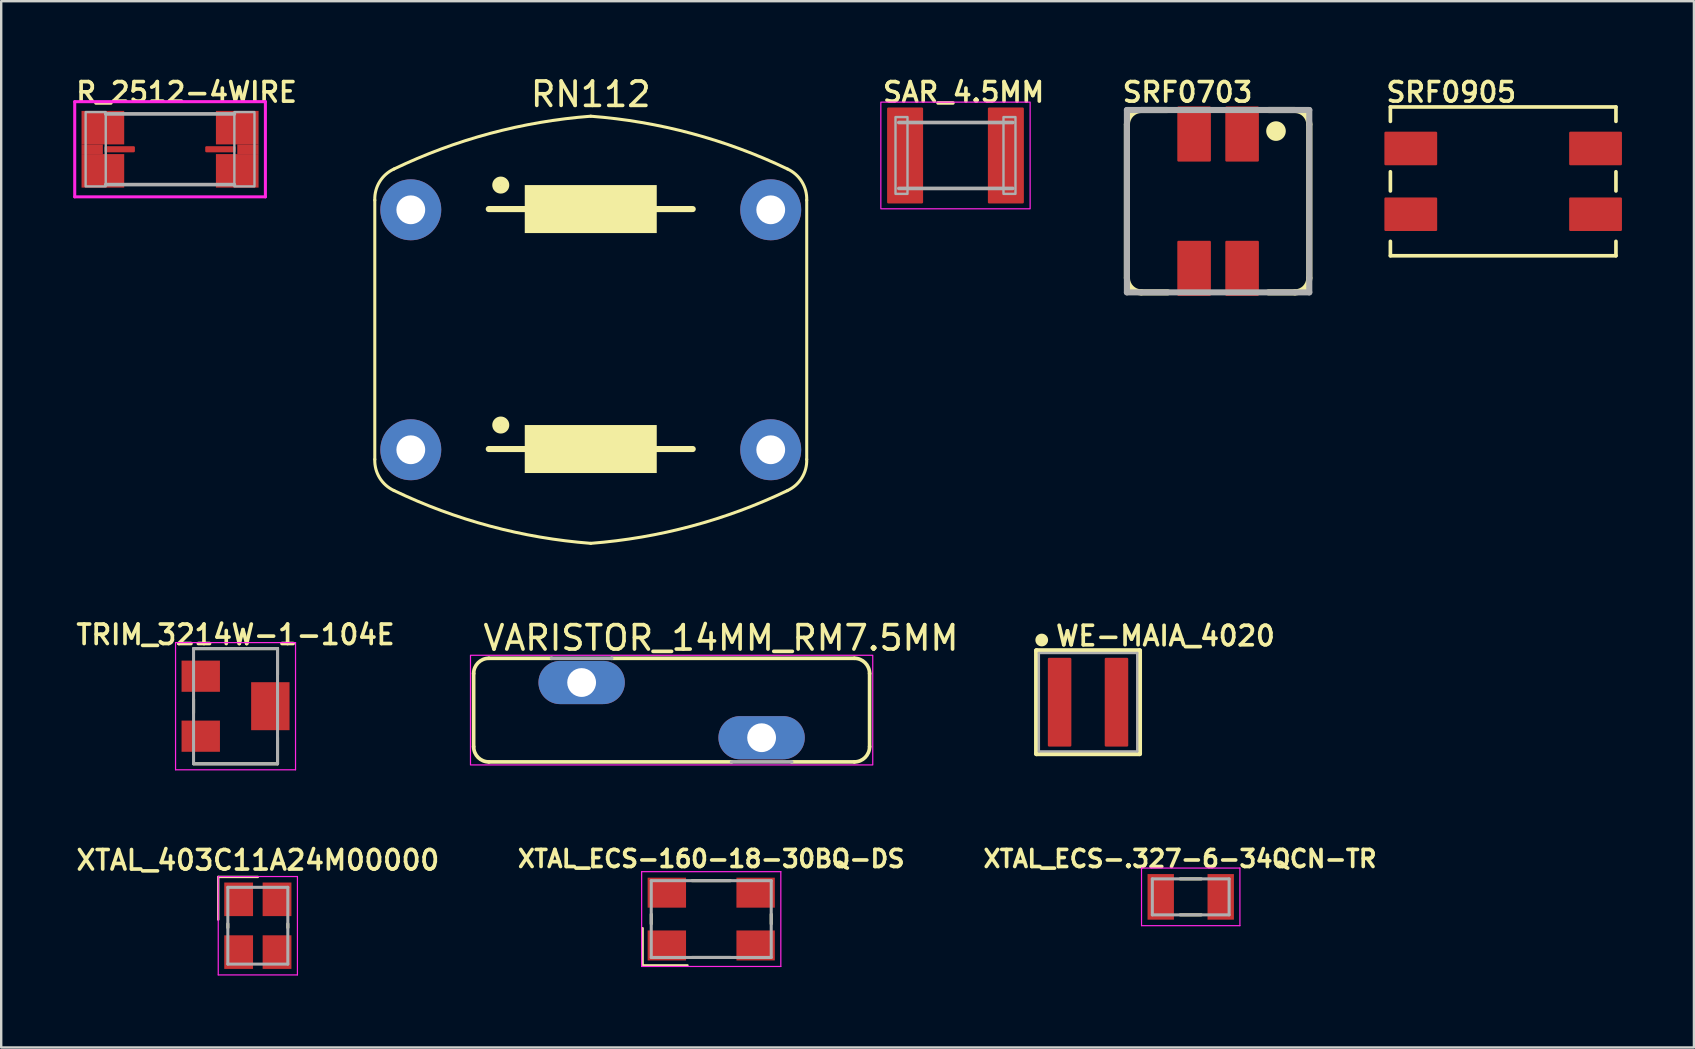
<source format=kicad_pcb>
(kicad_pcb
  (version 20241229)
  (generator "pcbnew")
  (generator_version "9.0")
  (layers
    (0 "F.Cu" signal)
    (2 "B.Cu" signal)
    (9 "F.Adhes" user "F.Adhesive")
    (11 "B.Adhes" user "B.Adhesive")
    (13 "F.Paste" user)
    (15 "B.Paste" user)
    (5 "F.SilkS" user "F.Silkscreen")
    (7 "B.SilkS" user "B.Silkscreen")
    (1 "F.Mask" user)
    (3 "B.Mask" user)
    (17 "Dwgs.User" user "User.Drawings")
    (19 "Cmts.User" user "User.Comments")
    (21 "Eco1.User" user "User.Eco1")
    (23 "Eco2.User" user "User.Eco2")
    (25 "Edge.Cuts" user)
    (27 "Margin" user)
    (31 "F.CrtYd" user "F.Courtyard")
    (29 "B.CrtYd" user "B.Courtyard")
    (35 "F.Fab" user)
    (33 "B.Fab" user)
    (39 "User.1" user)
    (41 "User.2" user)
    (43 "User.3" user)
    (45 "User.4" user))
  (footprint "XTAL_ECS-.327-6-34QCN-TR"
    (layer "F.Cu")
    (at 46.572 34.326)
    (property "Reference" "XTAL_ECS-.327-6-34QCN-TR" (at -0.445 -1.587 0) (layer "F.SilkS") (effects (font (size 0.711 0.711) (thickness 0.152) (bold yes))))
    (attr smd)
    (fp_line (start -0.44 -0.75) (end 0.44 -0.75) (stroke (width 0.127) (type solid)) (layer "F.SilkS"))
    (fp_line (start -0.44 0.75) (end 0.44 0.75) (stroke (width 0.127) (type solid)) (layer "F.SilkS"))
    (fp_line (start -2.05 -1.2) (end -2.05 1.2) (stroke (width 0.05) (type solid)) (layer "F.CrtYd"))
    (fp_line (start -2.05 1.2) (end 2.05 1.2) (stroke (width 0.05) (type solid)) (layer "F.CrtYd"))
    (fp_line (start 2.05 -1.2) (end -2.05 -1.2) (stroke (width 0.05) (type solid)) (layer "F.CrtYd"))
    (fp_line (start 2.05 1.2) (end 2.05 -1.2) (stroke (width 0.05) (type solid)) (layer "F.CrtYd"))
    (fp_line (start -1.6 -0.75) (end -1.6 0.75) (stroke (width 0.127) (type solid)) (layer "F.Fab"))
    (fp_line (start -1.6 0.75) (end 1.6 0.75) (stroke (width 0.127) (type solid)) (layer "F.Fab"))
    (fp_line (start 1.6 -0.75) (end -1.6 -0.75) (stroke (width 0.127) (type solid)) (layer "F.Fab"))
    (fp_line (start 1.6 0.75) (end 1.6 -0.75) (stroke (width 0.127) (type solid)) (layer "F.Fab"))
    (pad "1" smd rect (at -1.25 0) (size 1.1 1.9) (layers "F.Cu" "F.Mask" "F.Paste"))
    (pad "2" smd rect (at 1.25 0) (size 1.1 1.9) (layers "F.Cu" "F.Mask" "F.Paste")))
  (footprint "RN112"
    (layer "F.Cu")
    (at 21.569 10.693)
    (property "Reference" "RN112" (at 0 -9.22 180) (layer "F.SilkS") (effects (font (size 1.016 1.016) (thickness 0.152)) (justify bottom)))
    (attr through_hole)
    (fp_line (start -9 -5.4) (end -9 5.4) (stroke (width 0.127) (type solid)) (layer "F.SilkS"))
    (fp_line (start -4.25 -5.03) (end 4.25 -5.03) (stroke (width 0.254) (type solid)) (layer "F.SilkS"))
    (fp_line (start -4.25 4.97) (end 4.25 4.97) (stroke (width 0.254) (type solid)) (layer "F.SilkS"))
    (fp_line (start 9 -5.4) (end 9 5.4) (stroke (width 0.127) (type solid)) (layer "F.SilkS"))
    (fp_arc (start -9 -5.4) (mid -8.796804 -6.17111) (end -8.199999 -6.7) (stroke (width 0.127) (type solid)) (layer "F.SilkS"))
    (fp_arc (start -8.2 -6.7) (mid -4.202266 -8.181174) (end 0 -8.9) (stroke (width 0.127) (type solid)) (layer "F.SilkS"))
    (fp_arc (start -8.199998 6.7) (mid -8.796803 6.171111) (end -9 5.4) (stroke (width 0.127) (type solid)) (layer "F.SilkS"))
    (fp_arc (start 0 -8.9) (mid 4.202266 -8.181174) (end 8.2 -6.7) (stroke (width 0.127) (type solid)) (layer "F.SilkS"))
    (fp_arc (start 0 8.9) (mid -4.202266 8.181174) (end -8.2 6.7) (stroke (width 0.127) (type solid)) (layer "F.SilkS"))
    (fp_arc (start 8.199998 -6.7) (mid 8.796803 -6.171111) (end 9 -5.4) (stroke (width 0.127) (type solid)) (layer "F.SilkS"))
    (fp_arc (start 8.2 6.7) (mid 4.202266 8.181174) (end 0 8.9) (stroke (width 0.127) (type solid)) (layer "F.SilkS"))
    (fp_arc (start 9 5.4) (mid 8.796804 6.17111) (end 8.199999 6.7) (stroke (width 0.127) (type solid)) (layer "F.SilkS"))
    (fp_circle (center -3.75 -6.03) (end -3.57 -6.03) (stroke (width 0.35) (type solid)) (fill no) (layer "F.SilkS"))
    (fp_circle (center -3.75 3.97) (end -3.57 3.97) (stroke (width 0.35) (type solid)) (fill no) (layer "F.SilkS"))
    (fp_poly (pts (xy -2.75 -4.03) (xy 2.75 -4.03) (xy 2.75 -6.03) (xy -2.75 -6.03)) (stroke (width 0) (type default)) (fill yes) (layer "F.SilkS"))
    (fp_poly (pts (xy -2.75 5.97) (xy 2.75 5.97) (xy 2.75 3.97) (xy -2.75 3.97)) (stroke (width 0) (type default)) (fill yes) (layer "F.SilkS"))
    (pad "1" thru_hole circle (at -7.5 -5) (size 2.54 2.54) (drill 1.2) (layers "*.Cu" "*.Mask"))
    (pad "2" thru_hole circle (at 7.5 -5) (size 2.54 2.54) (drill 1.2) (layers "*.Cu" "*.Mask"))
    (pad "3" thru_hole circle (at -7.5 5) (size 2.54 2.54) (drill 1.2) (layers "*.Cu" "*.Mask"))
    (pad "4" thru_hole circle (at 7.5 5) (size 2.54 2.54) (drill 1.2) (layers "*.Cu" "*.Mask")))
  (footprint "SRF0905"
    (layer "F.Cu")
    (at 59.593 4.508)
    (property "Reference" "SRF0905" (at -4.953 -3.239 0) (layer "F.SilkS") (effects (font (size 0.813 0.813) (thickness 0.152) (bold yes)) (justify left bottom)))
    (attr smd)
    (fp_line (start -4.7 -3.1) (end 4.7 -3.1) (stroke (width 0.152) (type solid)) (layer "F.SilkS"))
    (fp_line (start -4.7 -2.5) (end -4.7 -3.1) (stroke (width 0.152) (type solid)) (layer "F.SilkS"))
    (fp_line (start -4.7 -0.4) (end -4.7 0.4) (stroke (width 0.152) (type solid)) (layer "F.SilkS"))
    (fp_line (start -4.7 2.5) (end -4.7 3.1) (stroke (width 0.152) (type solid)) (layer "F.SilkS"))
    (fp_line (start -4.7 3.1) (end 4.7 3.1) (stroke (width 0.152) (type solid)) (layer "F.SilkS"))
    (fp_line (start 4.7 -3.1) (end 4.7 -2.5) (stroke (width 0.152) (type solid)) (layer "F.SilkS"))
    (fp_line (start 4.7 -0.4) (end 4.7 0.4) (stroke (width 0.152) (type solid)) (layer "F.SilkS"))
    (fp_line (start 4.7 3.1) (end 4.7 2.5) (stroke (width 0.152) (type solid)) (layer "F.SilkS"))
    (pad "1" smd roundrect (at 3.85 1.37) (size 2.2 1.4) (layers "F.Cu" "F.Mask" "F.Paste") (roundrect_rratio 0.036))
    (pad "2" smd roundrect (at 3.85 -1.37) (size 2.2 1.4) (layers "F.Cu" "F.Mask" "F.Paste") (roundrect_rratio 0.036))
    (pad "3" smd roundrect (at -3.85 -1.37) (size 2.2 1.4) (layers "F.Cu" "F.Mask" "F.Paste") (roundrect_rratio 0.036))
    (pad "4" smd roundrect (at -3.85 1.37) (size 2.2 1.4) (layers "F.Cu" "F.Mask" "F.Paste") (roundrect_rratio 0.036)))
  (footprint "SRF0703"
    (layer "F.Cu")
    (at 47.713 5.334)
    (property "Reference" "SRF0703" (at -4.064 -4.064 180) (layer "F.SilkS") (effects (font (size 0.813 0.813) (thickness 0.152) (bold yes)) (justify left bottom)))
    (attr smd)
    (fp_line (start -3.8 -3.2) (end -3.8 3.2) (stroke (width 0.254) (type solid)) (layer "F.SilkS"))
    (fp_line (start -3.2 3.8) (end -2.1 3.8) (stroke (width 0.254) (type solid)) (layer "F.SilkS"))
    (fp_line (start -2.1 -3.8) (end -3.2 -3.8) (stroke (width 0.254) (type solid)) (layer "F.SilkS"))
    (fp_line (start 2.1 3.8) (end 3.2 3.8) (stroke (width 0.254) (type solid)) (layer "F.SilkS"))
    (fp_line (start 3.2 -3.8) (end 2.1 -3.8) (stroke (width 0.254) (type solid)) (layer "F.SilkS"))
    (fp_line (start 3.8 3.2) (end 3.8 -3.2) (stroke (width 0.254) (type solid)) (layer "F.SilkS"))
    (fp_arc (start -3.8 -3.2) (mid -3.624264 -3.624264) (end -3.2 -3.8) (stroke (width 0.254) (type solid)) (layer "F.SilkS"))
    (fp_arc (start -3.2 3.8) (mid -3.624264 3.624264) (end -3.8 3.2) (stroke (width 0.254) (type solid)) (layer "F.SilkS"))
    (fp_arc (start 3.2 -3.8) (mid 3.624264 -3.624264) (end 3.8 -3.2) (stroke (width 0.254) (type solid)) (layer "F.SilkS"))
    (fp_arc (start 3.8 3.2) (mid 3.624264 3.624264) (end 3.2 3.8) (stroke (width 0.254) (type solid)) (layer "F.SilkS"))
    (fp_circle (center 2.413 -2.921) (end 2.772 -2.921) (stroke (width 0.1) (type solid)) (fill yes) (layer "F.SilkS"))
    (fp_line (start -3.8 -3.8) (end 3.8 -3.8) (stroke (width 0.254) (type solid)) (layer "F.Fab"))
    (fp_line (start -3.8 3.8) (end -3.8 -3.8) (stroke (width 0.254) (type solid)) (layer "F.Fab"))
    (fp_line (start 3.8 3.8) (end -3.8 3.8) (stroke (width 0.254) (type solid)) (layer "F.Fab"))
    (fp_line (start 3.8 3.8) (end 3.8 -3.8) (stroke (width 0.254) (type solid)) (layer "F.Fab"))
    (pad "1" smd roundrect (at 1 -2.8 90) (size 2.3 1.4) (layers "F.Cu" "F.Mask" "F.Paste") (roundrect_rratio 0.036))
    (pad "2" smd roundrect (at -1 -2.8 90) (size 2.3 1.4) (layers "F.Cu" "F.Mask" "F.Paste") (roundrect_rratio 0.036))
    (pad "3" smd roundrect (at -1 2.8 90) (size 2.3 1.4) (layers "F.Cu" "F.Mask" "F.Paste") (roundrect_rratio 0.036))
    (pad "4" smd roundrect (at 1 2.8 90) (size 2.3 1.4) (layers "F.Cu" "F.Mask" "F.Paste") (roundrect_rratio 0.036)))
  (footprint "R_2512-4WIRE"
    (layer "F.Cu")
    (at 4.037 3.17)
    (property "Reference" "R_2512-4WIRE" (at -4 -1.9 0) (layer "F.SilkS") (effects (font (size 0.813 0.813) (thickness 0.152) (bold yes)) (justify left bottom)))
    (attr smd)
    (fp_line (start -3.973 -1.983) (end 3.973 -1.983) (stroke (width 0.127) (type solid)) (layer "F.CrtYd"))
    (fp_line (start -3.973 1.983) (end -3.973 -1.983) (stroke (width 0.127) (type solid)) (layer "F.CrtYd"))
    (fp_line (start 3.973 -1.983) (end 3.973 1.983) (stroke (width 0.127) (type solid)) (layer "F.CrtYd"))
    (fp_line (start 3.973 1.983) (end -3.973 1.983) (stroke (width 0.127) (type solid)) (layer "F.CrtYd"))
    (fp_line (start -2.68 -1.473) (end 2.68 -1.473) (stroke (width 0.152) (type solid)) (layer "F.Fab"))
    (fp_line (start -2.68 1.473) (end 2.68 1.473) (stroke (width 0.152) (type solid)) (layer "F.Fab"))
    (fp_poly (pts (xy -3.518 1.549) (xy -2.68 1.549) (xy -2.68 -1.549) (xy -3.518 -1.549)) (stroke (width 0.1) (type default)) (fill no) (layer "F.Fab"))
    (fp_poly (pts (xy 2.68 1.549) (xy 3.518 1.549) (xy 3.518 -1.549) (xy 2.68 -1.549)) (stroke (width 0.1) (type default)) (fill no) (layer "F.Fab"))
    (pad "1" smd rect (at -3.245 0) (size 0.889 0.406) (layers "F.Cu" "F.Mask" "F.Paste"))
    (pad "1" smd rect (at -2.8 -0.9) (size 1.778 1.397) (layers "F.Cu" "F.Mask" "F.Paste"))
    (pad "1" smd rect (at -2.8 0.9) (size 1.778 1.397) (layers "F.Cu" "F.Mask" "F.Paste"))
    (pad "1S" smd roundrect (at -2.1 0) (size 1.27 0.254) (layers "F.Cu" "F.Mask" "F.Paste") (roundrect_rratio 0.2))
    (pad "2" smd rect (at 2.8 -0.9 180) (size 1.778 1.397) (layers "F.Cu" "F.Mask" "F.Paste"))
    (pad "2" smd rect (at 2.8 0.9 180) (size 1.778 1.397) (layers "F.Cu" "F.Mask" "F.Paste"))
    (pad "2" smd rect (at 3.245 0 180) (size 0.889 0.406) (layers "F.Cu" "F.Mask" "F.Paste"))
    (pad "2S" smd roundrect (at 2.1 0 180) (size 1.27 0.254) (layers "F.Cu" "F.Mask" "F.Paste") (roundrect_rratio 0.2)))
  (footprint "XTAL_403C11A24M00000"
    (layer "F.Cu")
    (at 7.695 35.528)
    (property "Reference" "XTAL_403C11A24M00000" (at 0 -2.731 0) (layer "F.SilkS") (effects (font (size 0.813 0.813) (thickness 0.152) (bold yes))))
    (attr smd)
    (fp_line (start -1.651 -2.032) (end -1.651 -0.254) (stroke (width 0.1) (type default)) (layer "F.SilkS"))
    (fp_line (start -1.25 -0.08) (end -1.25 0.08) (stroke (width 0.127) (type solid)) (layer "F.SilkS"))
    (fp_line (start 0 -2.032) (end -1.651 -2.032) (stroke (width 0.1) (type default)) (layer "F.SilkS"))
    (fp_line (start 1.25 -0.08) (end 1.25 0.08) (stroke (width 0.127) (type solid)) (layer "F.SilkS"))
    (fp_line (start -1.65 -2.05) (end -1.65 2.05) (stroke (width 0.05) (type solid)) (layer "F.CrtYd"))
    (fp_line (start -1.65 -2.05) (end 1.65 -2.05) (stroke (width 0.05) (type solid)) (layer "F.CrtYd"))
    (fp_line (start 1.65 -2.05) (end 1.65 2.05) (stroke (width 0.05) (type solid)) (layer "F.CrtYd"))
    (fp_line (start 1.65 2.05) (end -1.65 2.05) (stroke (width 0.05) (type solid)) (layer "F.CrtYd"))
    (fp_line (start -1.25 -1.6) (end -1.25 1.6) (stroke (width 0.127) (type solid)) (layer "F.Fab"))
    (fp_line (start -1.25 -1.6) (end 1.25 -1.6) (stroke (width 0.127) (type solid)) (layer "F.Fab"))
    (fp_line (start 1.25 -1.6) (end 1.25 1.6) (stroke (width 0.127) (type solid)) (layer "F.Fab"))
    (fp_line (start 1.25 1.6) (end -1.25 1.6) (stroke (width 0.127) (type solid)) (layer "F.Fab"))
    (pad "1" smd rect (at -0.8 -1.1) (size 1.2 1.4) (layers "F.Cu" "F.Mask" "F.Paste"))
    (pad "2" smd rect (at -0.8 1.1) (size 1.2 1.4) (layers "F.Cu" "F.Mask" "F.Paste"))
    (pad "3" smd rect (at 0.8 1.1) (size 1.2 1.4) (layers "F.Cu" "F.Mask" "F.Paste"))
    (pad "4" smd rect (at 0.8 -1.1) (size 1.2 1.4) (layers "F.Cu" "F.Mask" "F.Paste")))
  (footprint "TRIM_3214W-1-104E"
    (layer "F.Cu")
    (at 6.766 26.38)
    (property "Reference" "TRIM_3214W-1-104E" (at 0 -2.98 0) (layer "F.SilkS") (effects (font (size 0.813 0.813) (thickness 0.152) (bold yes))))
    (attr smd)
    (fp_line (start -1.75 -2.4) (end 1.75 -2.4) (stroke (width 0.127) (type solid)) (layer "F.SilkS"))
    (fp_line (start -1.75 0.286) (end -1.75 -0.286) (stroke (width 0.127) (type solid)) (layer "F.SilkS"))
    (fp_line (start 1.75 -2.4) (end 1.75 -1.313) (stroke (width 0.127) (type solid)) (layer "F.SilkS"))
    (fp_line (start 1.75 1.313) (end 1.75 2.4) (stroke (width 0.127) (type solid)) (layer "F.SilkS"))
    (fp_line (start 1.75 2.4) (end -1.75 2.4) (stroke (width 0.127) (type solid)) (layer "F.SilkS"))
    (fp_line (start -2.5 -2.65) (end 2.5 -2.65) (stroke (width 0.05) (type solid)) (layer "F.CrtYd"))
    (fp_line (start -2.5 2.65) (end -2.5 -2.65) (stroke (width 0.05) (type solid)) (layer "F.CrtYd"))
    (fp_line (start 2.5 -2.65) (end 2.5 2.65) (stroke (width 0.05) (type solid)) (layer "F.CrtYd"))
    (fp_line (start 2.5 2.65) (end -2.5 2.65) (stroke (width 0.05) (type solid)) (layer "F.CrtYd"))
    (fp_line (start -1.75 -2.4) (end 1.75 -2.4) (stroke (width 0.127) (type solid)) (layer "F.Fab"))
    (fp_line (start -1.75 2.4) (end -1.75 -2.4) (stroke (width 0.127) (type solid)) (layer "F.Fab"))
    (fp_line (start 1.75 -2.4) (end 1.75 2.4) (stroke (width 0.127) (type solid)) (layer "F.Fab"))
    (fp_line (start 1.75 2.4) (end -1.75 2.4) (stroke (width 0.127) (type solid)) (layer "F.Fab"))
    (pad "1" smd rect (at -1.45 -1.25) (size 1.6 1.3) (layers "F.Cu" "F.Mask" "F.Paste"))
    (pad "2" smd rect (at 1.45 0) (size 1.6 2) (layers "F.Cu" "F.Mask" "F.Paste"))
    (pad "3" smd rect (at -1.45 1.25) (size 1.6 1.3) (layers "F.Cu" "F.Mask" "F.Paste")))
  (footprint "WE-MAIA_4020"
    (layer "F.Cu")
    (at 42.293 26.213)
    (property "Reference" "WE-MAIA_4020" (at -1.422 -2.286 0) (layer "F.SilkS") (effects (font (size 0.813 0.813) (thickness 0.152) (bold yes)) (justify left bottom)))
    (attr smd)
    (fp_line (start -2.15 -2.15) (end 2.15 -2.15) (stroke (width 0.2) (type solid)) (layer "F.SilkS"))
    (fp_line (start -2.15 2.15) (end -2.15 -2.15) (stroke (width 0.2) (type solid)) (layer "F.SilkS"))
    (fp_line (start 2.15 -2.15) (end 2.15 2.15) (stroke (width 0.2) (type solid)) (layer "F.SilkS"))
    (fp_line (start 2.15 2.15) (end -2.15 2.15) (stroke (width 0.2) (type solid)) (layer "F.SilkS"))
    (fp_circle (center -1.93 -2.591) (end -1.715 -2.591) (stroke (width 0.1) (type solid)) (fill yes) (layer "F.SilkS"))
    (fp_line (start -2.05 -2.05) (end 2.05 -2.05) (stroke (width 0.1) (type solid)) (layer "F.Fab"))
    (fp_line (start -2.05 2.05) (end -2.05 -2.05) (stroke (width 0.1) (type solid)) (layer "F.Fab"))
    (fp_line (start 2.05 -2.05) (end 2.05 2.05) (stroke (width 0.1) (type solid)) (layer "F.Fab"))
    (fp_line (start 2.05 2.05) (end -2.05 2.05) (stroke (width 0.1) (type solid)) (layer "F.Fab"))
    (pad "1" smd roundrect (at -1.185 0 90) (size 3.7 0.98) (layers "F.Cu" "F.Mask" "F.Paste") (roundrect_rratio 0.052))
    (pad "2" smd roundrect (at 1.185 0 90) (size 3.7 0.98) (layers "F.Cu" "F.Mask" "F.Paste") (roundrect_rratio 0.052)))
  (footprint "XTAL_ECS-160-18-30BQ-DS"
    (layer "F.Cu")
    (at 26.59 35.251)
    (property "Reference" "XTAL_ECS-160-18-30BQ-DS" (at 0 -2.512 0) (layer "F.SilkS") (effects (font (size 0.711 0.711) (thickness 0.152) (bold yes))))
    (attr smd)
    (fp_line (start -2.86 0.38) (end -2.86 1.93) (stroke (width 0.1) (type default)) (layer "F.SilkS"))
    (fp_line (start -2.86 1.93) (end -0.99 1.93) (stroke (width 0.1) (type default)) (layer "F.SilkS"))
    (fp_line (start -2.5 0.2) (end -2.5 -0.2) (stroke (width 0.127) (type solid)) (layer "F.SilkS"))
    (fp_line (start -0.8 1.6) (end 0.8 1.6) (stroke (width 0.127) (type solid)) (layer "F.SilkS"))
    (fp_line (start 0.8 -1.6) (end -0.8 -1.6) (stroke (width 0.127) (type solid)) (layer "F.SilkS"))
    (fp_line (start 2.5 0.2) (end 2.5 -0.2) (stroke (width 0.127) (type solid)) (layer "F.SilkS"))
    (fp_line (start -2.9 -1.975) (end -2.9 1.975) (stroke (width 0.05) (type solid)) (layer "F.CrtYd"))
    (fp_line (start -2.9 1.975) (end 2.9 1.975) (stroke (width 0.05) (type solid)) (layer "F.CrtYd"))
    (fp_line (start 2.9 -1.975) (end -2.9 -1.975) (stroke (width 0.05) (type solid)) (layer "F.CrtYd"))
    (fp_line (start 2.9 1.975) (end 2.9 -1.975) (stroke (width 0.05) (type solid)) (layer "F.CrtYd"))
    (fp_line (start -2.5 -1.6) (end -2.5 1.6) (stroke (width 0.127) (type solid)) (layer "F.Fab"))
    (fp_line (start -2.5 1.6) (end 2.5 1.6) (stroke (width 0.127) (type solid)) (layer "F.Fab"))
    (fp_line (start 2.5 -1.6) (end -2.5 -1.6) (stroke (width 0.127) (type solid)) (layer "F.Fab"))
    (fp_line (start 2.5 1.6) (end 2.5 -1.6) (stroke (width 0.127) (type solid)) (layer "F.Fab"))
    (pad "1" smd rect (at -1.85 1.1) (size 1.6 1.25) (layers "F.Cu" "F.Mask" "F.Paste"))
    (pad "2" smd rect (at 1.85 1.1) (size 1.6 1.25) (layers "F.Cu" "F.Mask" "F.Paste"))
    (pad "3" smd rect (at 1.85 -1.1) (size 1.6 1.25) (layers "F.Cu" "F.Mask" "F.Paste"))
    (pad "4" smd rect (at -1.85 -1.1) (size 1.6 1.25) (layers "F.Cu" "F.Mask" "F.Paste")))
  (footprint "VARISTOR_14MM_RM7.5MM"
    (layer "F.Cu")
    (at 24.939 26.543)
    (property "Reference" "VARISTOR_14MM_RM7.5MM" (at -7.938 -2.413 0) (layer "F.SilkS") (effects (font (size 1.016 1.016) (thickness 0.152)) (justify left bottom)))
    (attr through_hole)
    (fp_line (start -8.25 1.524) (end -8.25 -1.524) (stroke (width 0.152) (type solid)) (layer "F.SilkS"))
    (fp_line (start -5 -2.159) (end -7.615 -2.159) (stroke (width 0.152) (type solid)) (layer "F.SilkS"))
    (fp_line (start 2.5 2.159) (end -7.615 2.159) (stroke (width 0.152) (type solid)) (layer "F.SilkS"))
    (fp_line (start 7.615 -2.159) (end -2.5 -2.159) (stroke (width 0.152) (type solid)) (layer "F.SilkS"))
    (fp_line (start 7.615 2.159) (end 5 2.159) (stroke (width 0.152) (type solid)) (layer "F.SilkS"))
    (fp_line (start 8.25 1.524) (end 8.25 -1.524) (stroke (width 0.152) (type solid)) (layer "F.SilkS"))
    (fp_arc (start -8.25 -1.524) (mid -8.064013 -1.973013) (end -7.615 -2.159) (stroke (width 0.1524) (type solid)) (layer "F.SilkS"))
    (fp_arc (start -7.615 2.159) (mid -8.064013 1.973013) (end -8.25 1.524) (stroke (width 0.1524) (type solid)) (layer "F.SilkS"))
    (fp_arc (start 7.615 -2.159) (mid 8.064013 -1.973013) (end 8.25 -1.524) (stroke (width 0.1524) (type solid)) (layer "F.SilkS"))
    (fp_arc (start 8.25 1.524) (mid 8.064013 1.973013) (end 7.615 2.159) (stroke (width 0.1524) (type solid)) (layer "F.SilkS"))
    (fp_rect (start -8.382 -2.286) (end 8.382 2.286) (stroke (width 0.05) (type default)) (fill no) (layer "F.CrtYd"))
    (fp_line (start -2.5 -2.159) (end -5 -2.159) (stroke (width 0.152) (type solid)) (layer "F.Fab"))
    (fp_line (start 2.5 2.159) (end 5 2.159) (stroke (width 0.152) (type solid)) (layer "F.Fab"))
    (pad "1" thru_hole oval (at 3.75 1.15) (size 3.6 1.8) (drill 1.2) (layers "*.Cu" "*.Mask"))
    (pad "2" thru_hole oval (at -3.75 -1.15 180) (size 3.6 1.8) (drill 1.2) (layers "*.Cu" "*.Mask")))
  (footprint "SAR_4.5MM"
    (layer "F.Cu")
    (at 36.769 3.429)
    (property "Reference" "SAR_4.5MM" (at -3.111 -2.159 0) (layer "F.SilkS") (effects (font (size 0.813 0.813) (thickness 0.152) (bold yes)) (justify left bottom)))
    (attr smd)
    (fp_rect (start -3.111 -2.223) (end 3.111 2.223) (stroke (width 0.05) (type default)) (fill no) (layer "F.CrtYd"))
    (fp_line (start -2.362 -1.373) (end 2.387 -1.373) (stroke (width 0.152) (type solid)) (layer "F.Fab"))
    (fp_line (start -2.362 1.373) (end 2.387 1.373) (stroke (width 0.152) (type solid)) (layer "F.Fab"))
    (fp_poly (pts (xy -2.5 1.6) (xy -2 1.6) (xy -2 -1.6) (xy -2.5 -1.6)) (stroke (width 0.1) (type default)) (fill no) (layer "F.Fab"))
    (fp_poly (pts (xy 2 1.6) (xy 2.5 1.6) (xy 2.5 -1.6) (xy 2 -1.6)) (stroke (width 0.1) (type default)) (fill no) (layer "F.Fab"))
    (pad "1" smd roundrect (at -2.1 0 90) (size 4 1.5) (layers "F.Cu" "F.Mask" "F.Paste") (roundrect_rratio 0.034))
    (pad "2" smd roundrect (at 2.1 0 90) (size 4 1.5) (layers "F.Cu" "F.Mask" "F.Paste") (roundrect_rratio 0.034)))
  (gr_rect
    (start -3 -3)
    (end 67.543 40.603)
    (stroke (width 0.1) (type default))
    (fill no)
    (layer "Edge.Cuts")))
</source>
